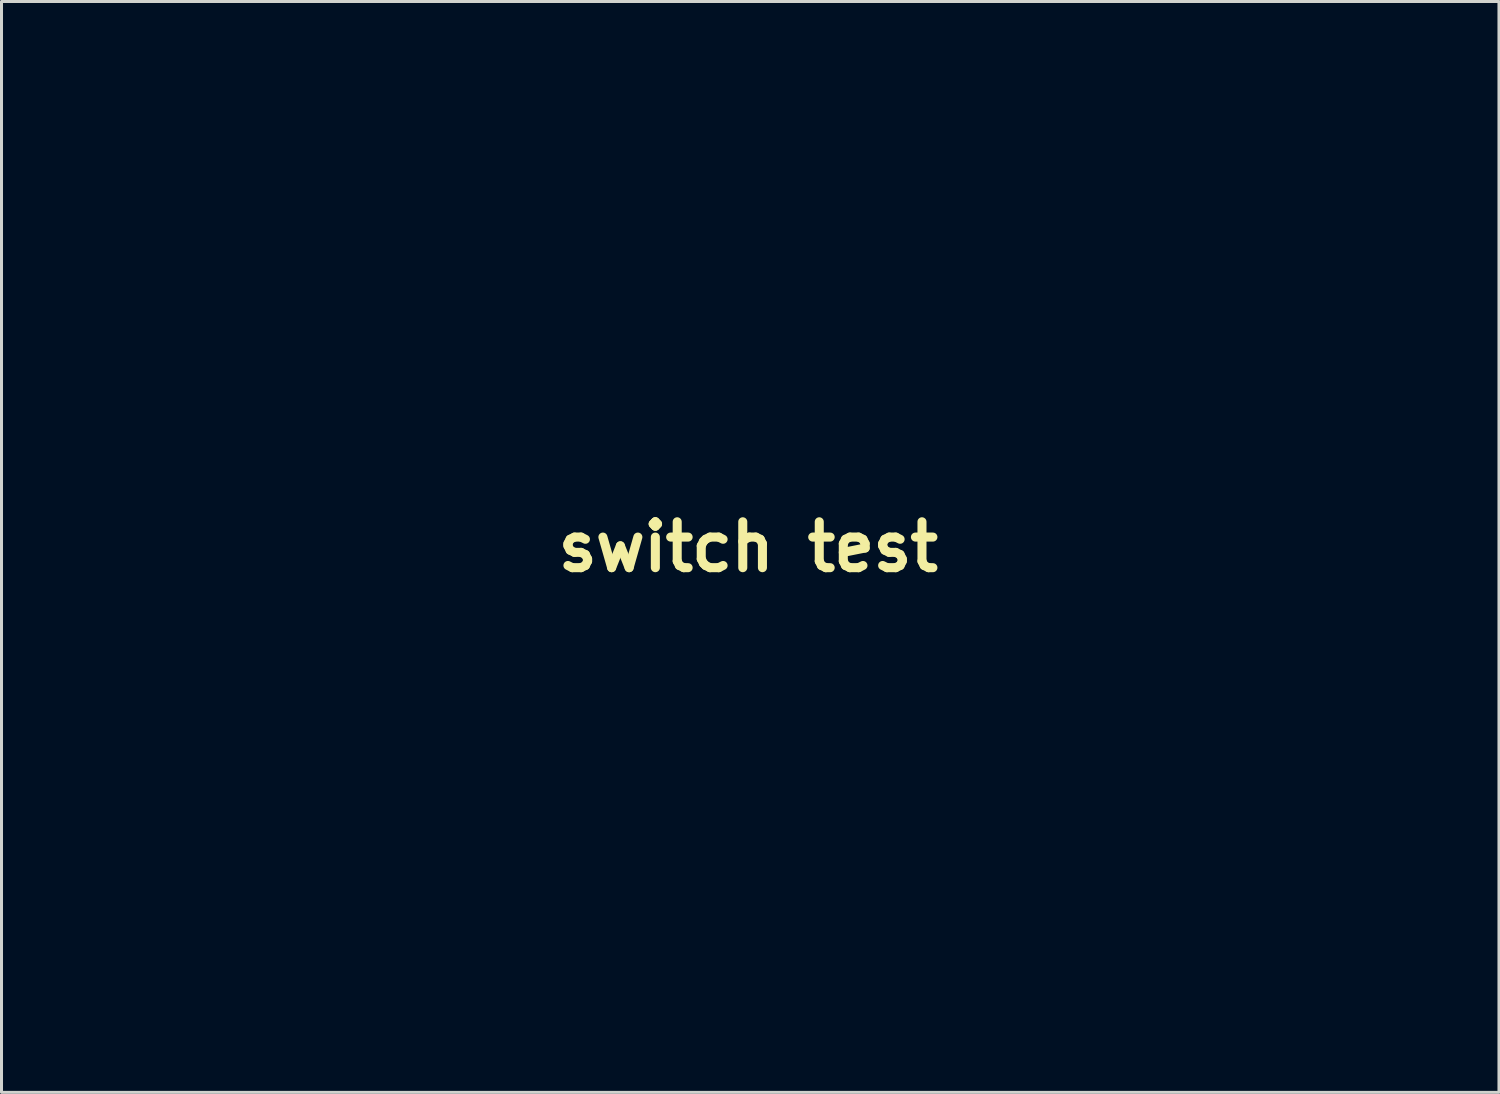
<source format=kicad_pcb>
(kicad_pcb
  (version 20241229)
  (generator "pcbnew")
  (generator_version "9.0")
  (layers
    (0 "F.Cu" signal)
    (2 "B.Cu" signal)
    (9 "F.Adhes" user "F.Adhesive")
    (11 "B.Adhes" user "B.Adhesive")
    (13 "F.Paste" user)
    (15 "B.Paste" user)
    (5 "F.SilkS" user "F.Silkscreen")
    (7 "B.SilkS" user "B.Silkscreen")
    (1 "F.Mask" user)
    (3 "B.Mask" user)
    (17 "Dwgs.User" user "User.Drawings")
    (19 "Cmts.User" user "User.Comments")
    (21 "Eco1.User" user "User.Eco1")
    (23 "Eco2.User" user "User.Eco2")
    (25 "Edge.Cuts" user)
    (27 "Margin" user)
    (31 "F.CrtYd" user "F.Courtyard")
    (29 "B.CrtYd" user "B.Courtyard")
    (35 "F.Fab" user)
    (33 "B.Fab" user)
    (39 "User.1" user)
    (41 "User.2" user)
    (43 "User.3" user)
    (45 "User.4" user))
  (footprint "switch test"
    (layer "F.Cu")
    (at 21.796 15.111)
    (property "Reference" "switch test" (at 0 0 0) (layer "F.SilkS") (effects (font (size 1.524 1.524) (thickness 0.3))))
    (attr through_hole)
    (fp_poly (pts (xy 21.924 13.235) (xy 21.791 13.368) (xy 21.657 13.235) (xy 21.791 13.101) (xy 21.924 13.235)) (stroke (width 0.01) (type solid)) (fill no) (layer "Eco2.User"))
    (fp_poly (pts (xy 21.924 14.839) (xy 21.791 14.973) (xy 21.657 14.839) (xy 21.791 14.705) (xy 21.924 14.839)) (stroke (width 0.01) (type solid)) (fill no) (layer "Eco2.User"))
    (fp_poly (pts (xy -7.042 14.104) (xy -7.007 14.651) (xy -7.042 14.772) (xy -7.139 14.806) (xy -7.177 14.438) (xy -7.135 14.058) (xy -7.042 14.104)) (stroke (width 0.01) (type solid)) (fill no) (layer "Eco2.User"))
    (fp_poly (pts (xy 4.188 14.104) (xy 4.223 14.651) (xy 4.188 14.772) (xy 4.09 14.806) (xy 4.053 14.438) (xy 4.095 14.058) (xy 4.188 14.104)) (stroke (width 0.01) (type solid)) (fill no) (layer "Eco2.User"))
    (fp_poly (pts (xy 21.568 7.575) (xy 21.6 7.893) (xy 21.568 7.932) (xy 21.409 7.895) (xy 21.389 7.754) (xy 21.487 7.534) (xy 21.568 7.575)) (stroke (width 0.01) (type solid)) (fill no) (layer "Eco2.User"))
    (fp_poly (pts (xy 21.835 2.495) (xy 21.867 2.813) (xy 21.835 2.852) (xy 21.676 2.815) (xy 21.657 2.674) (xy 21.755 2.454) (xy 21.835 2.495)) (stroke (width 0.01) (type solid)) (fill no) (layer "Eco2.User"))
    (fp_poly (pts (xy 21.835 3.298) (xy 21.867 3.615) (xy 21.835 3.654) (xy 21.676 3.617) (xy 21.657 3.476) (xy 21.755 3.256) (xy 21.835 3.298)) (stroke (width 0.01) (type solid)) (fill no) (layer "Eco2.User"))
    (fp_poly (pts (xy 21.835 4.1) (xy 21.867 4.417) (xy 21.835 4.456) (xy 21.676 4.419) (xy 21.657 4.278) (xy 21.755 4.058) (xy 21.835 4.1)) (stroke (width 0.01) (type solid)) (fill no) (layer "Eco2.User"))
    (fp_poly (pts (xy -15.586 13.302) (xy -15.542 14.081) (xy -15.586 14.505) (xy -15.652 14.631) (xy -15.694 14.296) (xy -15.702 13.903) (xy -15.681 13.325) (xy -15.628 13.166) (xy -15.586 13.302)) (stroke (width 0.01) (type solid)) (fill no) (layer "Eco2.User"))
    (fp_poly (pts (xy -9.971 13.302) (xy -9.927 14.081) (xy -9.971 14.505) (xy -10.037 14.631) (xy -10.079 14.296) (xy -10.087 13.903) (xy -10.066 13.325) (xy -10.013 13.166) (xy -9.971 13.302)) (stroke (width 0.01) (type solid)) (fill no) (layer "Eco2.User"))
    (fp_poly (pts (xy -1.432 13.929) (xy -1.419 13.975) (xy -1.38 14.557) (xy -1.429 14.777) (xy -1.517 14.786) (xy -1.552 14.368) (xy -1.552 14.304) (xy -1.514 13.89) (xy -1.432 13.929)) (stroke (width 0.01) (type solid)) (fill no) (layer "Eco2.User"))
    (fp_poly (pts (xy -1.42 -11.965) (xy -1.378 -11.287) (xy -1.42 -11.029) (xy -1.497 -10.946) (xy -1.54 -11.315) (xy -1.542 -11.497) (xy -1.514 -11.983) (xy -1.445 -12.041) (xy -1.42 -11.965)) (stroke (width 0.01) (type solid)) (fill no) (layer "Eco2.User"))
    (fp_poly (pts (xy -1.416 -14.505) (xy -1.371 -13.726) (xy -1.416 -13.302) (xy -1.482 -13.175) (xy -1.524 -13.511) (xy -1.531 -13.903) (xy -1.511 -14.481) (xy -1.457 -14.64) (xy -1.416 -14.505)) (stroke (width 0.01) (type solid)) (fill no) (layer "Eco2.User"))
    (fp_poly (pts (xy -1.415 -3.272) (xy -1.372 -2.575) (xy -1.421 -2.203) (xy -1.493 -2.14) (xy -1.533 -2.524) (xy -1.537 -2.807) (xy -1.51 -3.325) (xy -1.45 -3.404) (xy -1.415 -3.272)) (stroke (width 0.01) (type solid)) (fill no) (layer "Eco2.User"))
    (fp_poly (pts (xy -19.092 10.229) (xy -19.056 10.232) (xy -18.803 10.282) (xy -19.032 10.319) (xy -19.691 10.339) (xy -19.919 10.34) (xy -20.699 10.328) (xy -21.086 10.295) (xy -21.014 10.247) (xy -20.928 10.234) (xy -20.043 10.19) (xy -19.092 10.229)) (stroke (width 0.01) (type solid)) (fill no) (layer "Eco2.User"))
    (fp_poly (pts (xy -21.213 2.916) (xy -21.14 3.539) (xy -21.122 4.144) (xy -21.155 4.95) (xy -21.24 5.484) (xy -21.323 5.615) (xy -21.432 5.373) (xy -21.505 4.749) (xy -21.523 4.144) (xy -21.49 3.339) (xy -21.405 2.805) (xy -21.323 2.674) (xy -21.213 2.916)) (stroke (width 0.01) (type solid)) (fill no) (layer "Eco2.User"))
    (fp_poly (pts (xy 18.224 5.857) (xy 18.297 6.48) (xy 18.315 7.085) (xy 18.282 7.891) (xy 18.197 8.425) (xy 18.114 8.556) (xy 18.004 8.314) (xy 17.932 7.69) (xy 17.914 7.085) (xy 17.947 6.28) (xy 18.032 5.746) (xy 18.114 5.615) (xy 18.224 5.857)) (stroke (width 0.01) (type solid)) (fill no) (layer "Eco2.User"))
    (fp_poly (pts (xy -1.412 -8.844) (xy -1.407 -8.756) (xy -1.368 -7.532) (xy -1.382 -6.208) (xy -1.407 -5.682) (xy -1.443 -5.331) (xy -1.473 -5.469) (xy -1.494 -6.053) (xy -1.503 -7.036) (xy -1.503 -7.219) (xy -1.496 -8.259) (xy -1.477 -8.907) (xy -1.448 -9.117) (xy -1.412 -8.844)) (stroke (width 0.01) (type solid)) (fill no) (layer "Eco2.User"))
    (fp_poly (pts (xy -17.459 12.277) (xy -17.382 12.791) (xy -17.379 12.929) (xy -17.292 13.588) (xy -17.079 13.975) (xy -17.045 13.993) (xy -17.032 14.09) (xy -17.449 14.144) (xy -17.513 14.145) (xy -18.012 14.112) (xy -18.008 13.972) (xy -17.944 13.928) (xy -17.69 13.475) (xy -17.708 12.989) (xy -17.731 12.421) (xy -17.61 12.143) (xy -17.459 12.277)) (stroke (width 0.01) (type solid)) (fill no) (layer "Eco2.User"))
    (fp_poly (pts (xy 15.138 11.049) (xy 15.389 11.403) (xy 15.23 12.004) (xy 15.152 12.133) (xy 14.875 12.609) (xy 14.916 12.822) (xy 15.179 12.918) (xy 15.317 13.011) (xy 14.957 13.068) (xy 14.906 13.07) (xy 14.373 13.022) (xy 14.171 12.875) (xy 14.349 12.545) (xy 14.705 12.165) (xy 15.164 11.64) (xy 15.137 11.323) (xy 14.638 11.198) (xy 14.259 11.158) (xy 14.391 11.078) (xy 14.533 11.04) (xy 15.138 11.049)) (stroke (width 0.01) (type solid)) (fill no) (layer "Eco2.User"))
    (fp_poly (pts (xy 20.672 6.318) (xy 20.752 6.577) (xy 20.727 7.316) (xy 20.33 7.85) (xy 19.775 8.021) (xy 19.308 8.182) (xy 19.178 8.355) (xy 19.094 8.378) (xy 19.055 7.969) (xy 19.055 7.959) (xy 19.114 7.512) (xy 19.803 7.512) (xy 19.975 7.747) (xy 20.061 7.754) (xy 20.385 7.54) (xy 20.495 7.341) (xy 20.542 6.881) (xy 20.342 6.717) (xy 20.042 6.959) (xy 19.803 7.512) (xy 19.114 7.512) (xy 19.119 7.477) (xy 19.271 7.365) (xy 19.548 7.271) (xy 19.781 6.959) (xy 19.935 6.542) (xy 19.735 6.418) (xy 19.683 6.417) (xy 19.248 6.58) (xy 19.159 6.691) (xy 19.073 6.756) (xy 19.087 6.639) (xy 19.367 6.337) (xy 19.87 6.12) (xy 20.412 6.052) (xy 20.672 6.318)) (stroke (width 0.01) (type solid)) (fill no) (layer "Eco2.User"))
    (fp_poly (pts (xy -9.893 10.695) (xy -15.775 10.695) (xy -15.775 10.071) (xy -14.703 10.071) (xy -14.548 10.154) (xy -14.425 10.16) (xy -13.485 10.16) (xy -12.677 10.16) (xy -11.59 10.16) (xy -10.875 10.16) (xy -10.343 10.066) (xy -10.167 9.683) (xy -10.16 9.492) (xy -10.19 8.988) (xy -10.247 8.823) (xy -10.469 8.997) (xy -10.896 9.422) (xy -10.962 9.492) (xy -11.59 10.16) (xy -12.677 10.16) (xy -11.88 9.96) (xy -11.054 9.318) (xy -10.994 9.257) (xy -10.39 8.495) (xy -10.196 7.832) (xy -10.206 7.64) (xy -10.266 7.314) (xy -10.394 7.206) (xy -10.667 7.36) (xy -11.164 7.816) (xy -11.89 8.544) (xy -13.485 10.16) (xy -14.425 10.16) (xy -13.905 10) (xy -13.186 9.494) (xy -12.215 8.604) (xy -11.934 8.325) (xy -11.001 7.337) (xy -10.441 6.619) (xy -10.21 6.109) (xy -10.203 5.909) (xy -10.288 5.716) (xy -10.492 5.731) (xy -10.873 5.996) (xy -11.489 6.554) (xy -12.399 7.448) (xy -12.694 7.744) (xy -13.672 8.739) (xy -14.305 9.42) (xy -14.635 9.845) (xy -14.703 10.071) (xy -15.775 10.071) (xy -15.775 9.348) (xy -15.507 9.348) (xy -15.465 9.57) (xy -15.302 9.593) (xy -14.965 9.377) (xy -14.4 8.881) (xy -13.553 8.065) (xy -12.834 7.353) (xy -11.66 6.153) (xy -10.853 5.25) (xy -10.37 4.593) (xy -10.171 4.129) (xy -10.16 4.021) (xy -10.202 3.798) (xy -10.365 3.776) (xy -10.702 3.992) (xy -11.267 4.488) (xy -12.115 5.303) (xy -12.834 6.016) (xy -14.007 7.215) (xy -14.815 8.118) (xy -15.297 8.776) (xy -15.497 9.239) (xy -15.507 9.348) (xy -15.775 9.348) (xy -15.775 7.476) (xy -15.507 7.476) (xy -15.465 7.698) (xy -15.302 7.721) (xy -14.965 7.505) (xy -14.4 7.009) (xy -13.553 6.193) (xy -12.834 5.481) (xy -11.66 4.282) (xy -10.853 3.379) (xy -10.37 2.721) (xy -10.171 2.258) (xy -10.16 2.149) (xy -10.202 1.927) (xy -10.365 1.904) (xy -10.702 2.12) (xy -11.267 2.616) (xy -12.115 3.432) (xy -12.834 4.144) (xy -14.007 5.344) (xy -14.815 6.246) (xy -15.297 6.904) (xy -15.497 7.367) (xy -15.507 7.476) (xy -15.775 7.476) (xy -15.775 5.54) (xy -15.507 5.54) (xy -15.435 6.014) (xy -15.313 6.149) (xy -15.055 5.972) (xy -14.508 5.491) (xy -13.756 4.784) (xy -13.04 4.084) (xy -12.199 3.23) (xy -11.522 2.508) (xy -11.085 2.004) (xy -10.962 1.811) (xy -11.189 1.649) (xy -11.556 1.604) (xy -12.068 1.8) (xy -12.784 2.312) (xy -13.592 3.027) (xy -14.378 3.832) (xy -15.029 4.614) (xy -15.432 5.261) (xy -15.507 5.54) (xy -15.775 5.54) (xy -15.775 3.954) (xy -15.507 3.954) (xy -15.487 4.3) (xy -15.37 4.396) (xy -15.075 4.204) (xy -14.522 3.687) (xy -14.171 3.342) (xy -13.507 2.661) (xy -13.029 2.116) (xy -12.834 1.821) (xy -12.834 1.815) (xy -13.062 1.654) (xy -13.478 1.604) (xy -14.135 1.834) (xy -14.788 2.41) (xy -15.295 3.164) (xy -15.507 3.927) (xy -15.507 3.954) (xy -15.775 3.954) (xy -15.775 2.139) (xy -15.507 2.139) (xy -15.469 2.574) (xy -15.415 2.674) (xy -15.189 2.499) (xy -14.839 2.139) (xy -14.52 1.752) (xy -14.589 1.619) (xy -14.931 1.604) (xy -15.405 1.772) (xy -15.507 2.139) (xy -15.775 2.139) (xy -15.775 1.337) (xy -9.893 1.337) (xy -9.893 10.695)) (stroke (width 0.01) (type solid)) (fill no) (layer "Eco2.User"))
    (fp_poly (pts (xy 8.78 -1.805) (xy 8.877 -1.16) (xy 9.061 -0.818) (xy 9.114 -0.802) (xy 9.282 -0.559) (xy 9.242 0.159) (xy 9.224 0.267) (xy 9.044 1.337) (xy 12.846 1.337) (xy 12.773 5.949) (xy 12.7 10.561) (xy 10.885 10.64) (xy 9.071 10.72) (xy 9.244 11.643) (xy 9.298 12.313) (xy 9.145 12.566) (xy 9.135 12.566) (xy 8.951 12.806) (xy 8.801 13.416) (xy 8.752 13.836) (xy 8.652 15.106) (xy 8.604 13.836) (xy 8.531 13.096) (xy 8.398 12.638) (xy 8.317 12.566) (xy 8.209 12.338) (xy 8.261 11.761) (xy 8.288 11.631) (xy 8.399 11.01) (xy 8.281 10.751) (xy 7.842 10.695) (xy 7.726 10.695) (xy 7.156 10.608) (xy 6.951 10.271) (xy 6.942 10.16) (xy 10.318 10.16) (xy 11.504 10.114) (xy 12.133 10.065) (xy 12.395 9.994) (xy 12.35 9.954) (xy 12.15 9.755) (xy 12.308 9.48) (xy 12.517 8.933) (xy 12.52 8.554) (xy 12.435 8.272) (xy 12.246 8.269) (xy 11.86 8.589) (xy 11.376 9.074) (xy 10.318 10.16) (xy 6.942 10.16) (xy 6.937 10.093) (xy 6.936 9.983) (xy 7.238 9.983) (xy 7.409 10.148) (xy 7.548 10.16) (xy 7.854 9.981) (xy 7.879 9.96) (xy 8.804 9.96) (xy 8.836 10.119) (xy 9.086 10.16) (xy 9.106 10.16) (xy 9.733 9.952) (xy 10.577 9.315) (xy 11.195 8.724) (xy 12.021 7.814) (xy 12.447 7.148) (xy 12.523 6.709) (xy 12.438 6.495) (xy 12.238 6.502) (xy 11.858 6.772) (xy 11.233 7.35) (xy 10.434 8.144) (xy 9.561 9.036) (xy 9.032 9.621) (xy 8.804 9.96) (xy 7.879 9.96) (xy 8.449 9.492) (xy 9.249 8.766) (xy 10.169 7.878) (xy 10.222 7.826) (xy 11.324 6.691) (xy 12.054 5.843) (xy 12.455 5.228) (xy 12.566 4.823) (xy 12.524 4.601) (xy 12.362 4.577) (xy 12.025 4.793) (xy 11.461 5.288) (xy 10.615 6.102) (xy 9.893 6.818) (xy 8.682 8.052) (xy 7.851 8.969) (xy 7.378 9.601) (xy 7.238 9.983) (xy 6.936 9.983) (xy 6.933 9.642) (xy 6.93 8.781) (xy 6.93 8.412) (xy 7.219 8.412) (xy 7.237 8.715) (xy 7.33 8.844) (xy 7.558 8.759) (xy 7.978 8.418) (xy 8.651 7.782) (xy 9.635 6.812) (xy 9.768 6.679) (xy 10.728 5.692) (xy 11.548 4.786) (xy 12.149 4.053) (xy 12.456 3.582) (xy 12.474 3.53) (xy 12.531 2.986) (xy 12.456 2.742) (xy 12.214 2.855) (xy 11.674 3.287) (xy 10.908 3.973) (xy 9.992 4.85) (xy 9.75 5.088) (xy 8.681 6.174) (xy 7.951 6.975) (xy 7.502 7.569) (xy 7.278 8.029) (xy 7.219 8.412) (xy 6.93 8.412) (xy 6.929 7.631) (xy 6.929 6.539) (xy 7.219 6.539) (xy 7.237 6.837) (xy 7.331 6.965) (xy 7.557 6.881) (xy 7.973 6.546) (xy 8.637 5.92) (xy 9.607 4.964) (xy 9.879 4.693) (xy 10.826 3.726) (xy 11.604 2.884) (xy 12.15 2.243) (xy 12.398 1.874) (xy 12.403 1.824) (xy 12.088 1.61) (xy 11.585 1.741) (xy 10.853 2.239) (xy 9.854 3.128) (xy 9.297 3.67) (xy 8.333 4.658) (xy 7.708 5.382) (xy 7.361 5.929) (xy 7.227 6.387) (xy 7.219 6.539) (xy 6.929 6.539) (xy 6.929 6.318) (xy 6.93 4.965) (xy 6.931 4.795) (xy 7.219 4.795) (xy 7.253 5.067) (xy 7.4 5.117) (xy 7.726 4.906) (xy 8.296 4.39) (xy 9.101 3.602) (xy 9.949 2.748) (xy 10.449 2.191) (xy 10.647 1.865) (xy 10.588 1.702) (xy 10.404 1.648) (xy 9.859 1.788) (xy 9.154 2.255) (xy 8.413 2.925) (xy 7.762 3.674) (xy 7.328 4.379) (xy 7.219 4.795) (xy 6.931 4.795) (xy 6.933 3.695) (xy 6.935 2.893) (xy 7.219 2.893) (xy 7.219 3.581) (xy 8.173 2.659) (xy 8.717 2.112) (xy 8.904 1.823) (xy 8.772 1.694) (xy 8.559 1.651) (xy 7.818 1.761) (xy 7.34 2.283) (xy 7.219 2.893) (xy 6.935 2.893) (xy 6.936 2.632) (xy 6.941 1.899) (xy 6.944 1.671) (xy 7.183 1.429) (xy 7.726 1.337) (xy 8.234 1.299) (xy 8.398 1.081) (xy 8.316 0.524) (xy 8.293 0.422) (xy 8.211 -0.25) (xy 8.281 -0.687) (xy 8.302 -0.715) (xy 8.477 -1.111) (xy 8.617 -1.785) (xy 8.628 -1.872) (xy 8.738 -2.807) (xy 8.78 -1.805)) (stroke (width 0.01) (type solid)) (fill no) (layer "Eco2.User"))
    (fp_poly (pts (xy 13.322 -13.982) (xy 13.368 -12.857) (xy 15.296 -12.779) (xy 16.304 -12.722) (xy 16.901 -12.627) (xy 17.209 -12.455) (xy 17.351 -12.163) (xy 17.368 -12.098) (xy 17.475 -11.85) (xy 17.654 -11.89) (xy 17.966 -12.277) (xy 18.47 -13.065) (xy 18.574 -13.235) (xy 19.107 -14.064) (xy 19.552 -14.679) (xy 19.826 -14.965) (xy 19.852 -14.973) (xy 19.81 -14.77) (xy 19.517 -14.226) (xy 19.028 -13.438) (xy 18.724 -12.979) (xy 17.379 -10.986) (xy 17.379 -1.604) (xy 15.775 -1.604) (xy 14.837 -1.579) (xy 14.346 -1.453) (xy 14.218 -1.151) (xy 14.365 -0.597) (xy 14.428 -0.428) (xy 14.543 0.203) (xy 14.405 0.421) (xy 14.26 0.8) (xy 14.25 1.634) (xy 14.301 2.236) (xy 14.436 3.41) (xy 14.582 4.155) (xy 14.804 4.577) (xy 15.168 4.779) (xy 15.742 4.864) (xy 15.989 4.884) (xy 17.245 4.984) (xy 15.863 5.032) (xy 15.048 5.04) (xy 14.616 4.945) (xy 14.418 4.679) (xy 14.336 4.345) (xy 14.225 3.663) (xy 14.094 2.708) (xy 14.017 2.072) (xy 13.886 1.247) (xy 13.726 0.689) (xy 13.605 0.535) (xy 13.457 0.297) (xy 13.374 -0.295) (xy 13.368 -0.535) (xy 13.333 -1.223) (xy 13.162 -1.528) (xy 12.755 -1.604) (xy 12.669 -1.604) (xy 11.921 -1.847) (xy 11.745 -1.985) (xy 13.416 -1.985) (xy 13.547 -1.902) (xy 13.893 -1.887) (xy 14.313 -2.022) (xy 15.288 -2.022) (xy 15.489 -1.895) (xy 15.975 -1.921) (xy 16.486 -2.062) (xy 16.719 -2.44) (xy 16.79 -2.941) (xy 16.87 -3.877) (xy 16.055 -3.022) (xy 15.475 -2.375) (xy 15.288 -2.022) (xy 14.313 -2.022) (xy 14.577 -2.106) (xy 15.456 -2.768) (xy 15.698 -2.997) (xy 16.508 -3.937) (xy 16.829 -4.688) (xy 16.835 -4.801) (xy 16.825 -5.481) (xy 16.233 -4.724) (xy 15.309 -3.63) (xy 14.432 -2.747) (xy 13.759 -2.222) (xy 13.416 -1.985) (xy 11.745 -1.985) (xy 11.14 -2.46) (xy 11.916 -2.46) (xy 11.918 -2.273) (xy 12.183 -2.126) (xy 12.72 -2.035) (xy 12.95 -2.085) (xy 12.948 -2.272) (xy 12.682 -2.419) (xy 12.146 -2.51) (xy 11.916 -2.46) (xy 11.14 -2.46) (xy 11.02 -2.555) (xy 10.931 -2.642) (xy 10.369 -3.237) (xy 10.058 -3.732) (xy 9.924 -4.324) (xy 9.893 -5.214) (xy 9.893 -5.434) (xy 9.893 -7.188) (xy 8.756 -7.27) (xy 7.62 -7.353) (xy 7.62 -7.574) (xy 8.291 -7.574) (xy 8.448 -7.492) (xy 8.568 -7.486) (xy 8.611 -7.499) (xy 10.056 -7.499) (xy 10.056 -7.438) (xy 10.142 -7.072) (xy 10.228 -6.338) (xy 10.288 -5.508) (xy 10.458 -4.286) (xy 10.791 -3.349) (xy 11.244 -2.791) (xy 11.598 -2.674) (xy 11.649 -2.839) (xy 11.456 -3.142) (xy 11.05 -3.753) (xy 10.766 -4.315) (xy 10.698 -4.903) (xy 11.097 -4.903) (xy 11.371 -3.994) (xy 12.044 -3.173) (xy 12.906 -2.803) (xy 13.844 -2.897) (xy 14.743 -3.465) (xy 14.906 -3.634) (xy 15.422 -4.517) (xy 15.404 -5.409) (xy 15.295 -5.586) (xy 15.705 -5.586) (xy 15.842 -5.228) (xy 16.073 -5.28) (xy 16.343 -5.512) (xy 16.739 -6.131) (xy 16.844 -6.639) (xy 16.844 -7.312) (xy 16.206 -6.712) (xy 15.737 -6.054) (xy 15.705 -5.586) (xy 15.295 -5.586) (xy 14.852 -6.305) (xy 14.726 -6.437) (xy 13.831 -7.068) (xy 12.932 -7.164) (xy 12.016 -6.729) (xy 11.964 -6.688) (xy 11.276 -5.863) (xy 11.097 -4.903) (xy 10.698 -4.903) (xy 10.665 -5.181) (xy 10.995 -6.082) (xy 11.681 -6.877) (xy 12.299 -7.277) (xy 12.863 -7.645) (xy 13.659 -7.645) (xy 13.778 -7.481) (xy 13.833 -7.458) (xy 14.332 -7.363) (xy 14.629 -7.608) (xy 14.839 -8.289) (xy 14.841 -8.298) (xy 15.076 -8.867) (xy 15.381 -9.03) (xy 15.807 -9.164) (xy 16.163 -9.492) (xy 16.45 -9.829) (xy 16.522 -9.74) (xy 16.455 -9.249) (xy 16.183 -8.528) (xy 15.685 -7.802) (xy 15.622 -7.734) (xy 15.209 -7.191) (xy 15.072 -6.771) (xy 15.093 -6.706) (xy 15.389 -6.444) (xy 15.783 -6.585) (xy 16.253 -7.025) (xy 16.582 -7.477) (xy 16.744 -8.045) (xy 16.78 -8.906) (xy 16.77 -9.293) (xy 16.716 -10.953) (xy 15.039 -9.291) (xy 14.243 -8.48) (xy 13.799 -7.955) (xy 13.659 -7.645) (xy 12.863 -7.645) (xy 12.903 -7.672) (xy 13.732 -8.342) (xy 14.647 -9.172) (xy 15.063 -9.58) (xy 15.96 -10.521) (xy 16.508 -11.2) (xy 16.764 -11.698) (xy 16.792 -12.062) (xy 16.722 -12.265) (xy 16.561 -12.306) (xy 16.254 -12.143) (xy 15.748 -11.737) (xy 14.987 -11.048) (xy 13.919 -10.036) (xy 13.493 -9.628) (xy 12.551 -8.73) (xy 11.872 -8.096) (xy 11.485 -7.753) (xy 11.421 -7.727) (xy 11.697 -8.032) (xy 12.558 -9.037) (xy 13.024 -9.82) (xy 13.101 -10.16) (xy 13.066 -10.442) (xy 13.024 -10.454) (xy 13.368 -10.454) (xy 13.394 -10.13) (xy 13.525 -10.056) (xy 13.84 -10.271) (xy 14.421 -10.815) (xy 14.719 -11.106) (xy 15.404 -11.797) (xy 15.74 -12.208) (xy 15.771 -12.42) (xy 15.542 -12.514) (xy 15.492 -12.522) (xy 14.859 -12.386) (xy 14.188 -11.909) (xy 13.639 -11.247) (xy 13.374 -10.554) (xy 13.368 -10.454) (xy 13.024 -10.454) (xy 12.914 -10.486) (xy 12.574 -10.25) (xy 11.973 -9.692) (xy 11.509 -9.237) (xy 10.799 -8.494) (xy 10.287 -7.881) (xy 10.056 -7.499) (xy 8.611 -7.499) (xy 9.069 -7.639) (xy 9.765 -8.123) (xy 10.711 -8.978) (xy 11.169 -9.431) (xy 12.145 -10.479) (xy 12.803 -11.327) (xy 13.118 -11.934) (xy 13.08 -12.165) (xy 13.368 -12.165) (xy 13.423 -11.809) (xy 13.469 -11.764) (xy 13.7 -11.941) (xy 13.903 -12.165) (xy 14.09 -12.482) (xy 13.844 -12.566) (xy 13.802 -12.566) (xy 13.427 -12.366) (xy 13.368 -12.165) (xy 13.08 -12.165) (xy 13.065 -12.257) (xy 12.895 -12.299) (xy 12.639 -12.12) (xy 12.087 -11.63) (xy 11.318 -10.902) (xy 10.409 -10.008) (xy 10.294 -9.893) (xy 9.317 -8.9) (xy 8.685 -8.221) (xy 8.357 -7.798) (xy 8.291 -7.574) (xy 7.62 -7.574) (xy 7.62 -8.916) (xy 8.021 -8.916) (xy 8.08 -8.433) (xy 8.183 -8.288) (xy 8.431 -8.463) (xy 8.971 -8.935) (xy 9.716 -9.625) (xy 10.322 -10.205) (xy 11.146 -11.024) (xy 11.801 -11.714) (xy 12.207 -12.188) (xy 12.299 -12.344) (xy 12.074 -12.523) (xy 11.744 -12.566) (xy 11.226 -12.372) (xy 10.511 -11.867) (xy 9.717 -11.167) (xy 8.962 -10.388) (xy 8.365 -9.647) (xy 8.046 -9.06) (xy 8.021 -8.916) (xy 7.62 -8.916) (xy 7.62 -10.62) (xy 8.021 -10.62) (xy 8.021 -9.781) (xy 9.224 -10.962) (xy 9.851 -11.608) (xy 10.286 -12.116) (xy 10.427 -12.355) (xy 10.226 -12.559) (xy 9.732 -12.518) (xy 9.11 -12.266) (xy 8.726 -12.012) (xy 8.15 -11.308) (xy 8.021 -10.62) (xy 7.62 -10.62) (xy 7.62 -12.149) (xy 8.021 -12.149) (xy 8.151 -11.873) (xy 8.288 -11.898) (xy 8.546 -12.24) (xy 8.556 -12.315) (xy 8.352 -12.559) (xy 8.288 -12.566) (xy 8.054 -12.349) (xy 8.021 -12.149) (xy 7.62 -12.149) (xy 7.62 -12.7) (xy 10.346 -12.776) (xy 13.071 -12.852) (xy 13.173 -13.979) (xy 13.275 -15.106) (xy 13.322 -13.982)) (stroke (width 0.01) (type solid)) (fill no) (layer "Eco2.User"))
    (fp_poly (pts (xy -1.391 0.334) (xy -1.337 2.406) (xy -0.418 2.406) (xy 0.189 2.374) (xy 0.409 2.17) (xy 0.375 1.634) (xy 0.349 1.471) (xy 0.314 0.776) (xy 0.498 0.535) (xy 0.5 0.535) (xy 0.704 0.298) (xy 0.832 -0.288) (xy 0.845 -0.468) (xy 0.888 -1.471) (xy 1 -0.537) (xy 1.139 0.128) (xy 1.33 0.526) (xy 1.355 0.546) (xy 1.463 0.897) (xy 1.352 1.551) (xy 1.107 2.406) (xy 4.278 2.406) (xy 4.278 11.764) (xy 1.107 11.764) (xy 1.35 12.612) (xy 1.457 13.304) (xy 1.36 13.749) (xy 1.102 14.242) (xy 0.996 14.572) (xy 0.894 14.916) (xy 0.848 14.754) (xy 0.833 14.505) (xy 0.695 14.035) (xy 0.501 13.903) (xy 0.32 13.664) (xy 0.354 12.942) (xy 0.37 12.834) (xy 0.541 11.764) (xy -0.38 11.764) (xy -1.02 11.824) (xy -1.313 12.091) (xy -1.413 12.499) (xy -1.524 13.235) (xy -1.564 12.509) (xy -1.604 11.782) (xy -4.478 11.706) (xy -7.353 11.631) (xy -7.353 11.157) (xy -6.952 11.157) (xy -6.794 11.49) (xy -6.324 11.393) (xy -6.17 11.289) (xy -5.347 11.289) (xy -5.119 11.448) (xy -4.716 11.497) (xy -4.329 11.354) (xy -3.629 11.354) (xy -3.554 11.476) (xy -3.195 11.497) (xy -3.148 11.497) (xy -2.448 11.342) (xy -2.413 11.32) (xy -1.318 11.32) (xy -1.147 11.484) (xy -1.008 11.497) (xy -0.702 11.317) (xy -0.677 11.297) (xy 0.248 11.297) (xy 0.28 11.456) (xy 0.53 11.497) (xy 0.551 11.497) (xy 1.177 11.289) (xy 1.185 11.284) (xy 1.872 11.284) (xy 2.08 11.479) (xy 2.572 11.473) (xy 3.146 11.294) (xy 3.248 11.229) (xy 3.609 11.229) (xy 3.631 11.476) (xy 3.727 11.497) (xy 4 11.303) (xy 4.011 11.229) (xy 3.919 10.969) (xy 3.893 10.962) (xy 3.664 11.149) (xy 3.609 11.229) (xy 3.248 11.229) (xy 3.522 11.054) (xy 3.88 10.468) (xy 4.011 9.797) (xy 4.011 8.982) (xy 2.941 10.026) (xy 2.354 10.635) (xy 1.965 11.105) (xy 1.872 11.284) (xy 1.185 11.284) (xy 2.021 10.652) (xy 2.639 10.061) (xy 3.465 9.151) (xy 3.892 8.484) (xy 3.967 8.046) (xy 3.882 7.832) (xy 3.682 7.838) (xy 3.302 8.108) (xy 2.677 8.687) (xy 1.878 9.481) (xy 1.006 10.373) (xy 0.476 10.958) (xy 0.248 11.297) (xy -0.677 11.297) (xy -0.107 10.828) (xy 0.693 10.103) (xy 1.613 9.215) (xy 1.666 9.163) (xy 2.768 8.028) (xy 3.499 7.18) (xy 3.899 6.565) (xy 4.011 6.16) (xy 3.968 5.938) (xy 3.806 5.914) (xy 3.47 6.13) (xy 2.905 6.625) (xy 2.059 7.439) (xy 1.337 8.155) (xy 0.126 9.389) (xy -0.705 10.306) (xy -1.178 10.938) (xy -1.318 11.32) (xy -2.413 11.32) (xy -2.024 11.077) (xy -1.79 10.672) (xy -1.625 10.109) (xy -1.586 9.749) (xy -1.337 9.749) (xy -1.318 10.046) (xy -1.224 10.172) (xy -0.998 10.087) (xy -0.581 9.752) (xy 0.084 9.126) (xy 1.053 8.17) (xy 1.337 7.887) (xy 2.437 6.772) (xy 3.199 5.945) (xy 3.677 5.334) (xy 3.929 4.867) (xy 4.01 4.47) (xy 4.011 4.422) (xy 3.992 4.125) (xy 3.898 3.999) (xy 3.671 4.083) (xy 3.254 4.418) (xy 2.59 5.044) (xy 1.621 6.001) (xy 1.337 6.283) (xy 0.237 7.398) (xy -0.525 8.225) (xy -1.004 8.836) (xy -1.255 9.304) (xy -1.336 9.701) (xy -1.337 9.749) (xy -1.586 9.749) (xy -1.57 9.6) (xy -1.669 9.359) (xy -1.684 9.358) (xy -1.897 9.532) (xy -2.366 9.983) (xy -2.807 10.427) (xy -3.39 11.035) (xy -3.629 11.354) (xy -4.329 11.354) (xy -4.085 11.263) (xy -3.243 10.578) (xy -2.844 10.171) (xy -2.191 9.375) (xy -1.75 8.645) (xy -1.565 8.079) (xy -1.641 7.876) (xy -1.337 7.876) (xy -1.318 8.174) (xy -1.225 8.3) (xy -0.999 8.217) (xy -0.583 7.883) (xy 0.08 7.258) (xy 1.048 6.303) (xy 1.337 6.016) (xy 2.298 5.045) (xy 3.106 4.202) (xy 3.692 3.561) (xy 3.988 3.196) (xy 4.011 3.147) (xy 3.784 2.985) (xy 3.415 2.941) (xy 2.897 3.15) (xy 2.083 3.76) (xy 1.001 4.751) (xy 0.741 5.007) (xy -0.223 5.995) (xy -0.848 6.719) (xy -1.195 7.266) (xy -1.329 7.724) (xy -1.337 7.876) (xy -1.641 7.876) (xy -1.677 7.778) (xy -1.798 7.754) (xy -2.072 7.932) (xy -2.603 8.397) (xy -3.283 9.041) (xy -4.004 9.758) (xy -4.659 10.441) (xy -5.142 10.984) (xy -5.346 11.28) (xy -5.347 11.289) (xy -6.17 11.289) (xy -5.545 10.868) (xy -4.46 9.919) (xy -3.714 9.195) (xy -2.651 8.103) (xy -1.959 7.305) (xy -1.599 6.751) (xy -1.533 6.392) (xy -1.534 6.388) (xy -1.703 5.997) (xy -1.337 5.997) (xy -1.323 6.35) (xy -1.235 6.498) (xy -1.003 6.4) (xy -0.559 6.018) (xy 0.167 5.313) (xy 0.546 4.939) (xy 1.394 4.091) (xy 1.902 3.544) (xy 2.112 3.227) (xy 2.067 3.069) (xy 1.81 2.999) (xy 1.714 2.987) (xy 1.025 3.133) (xy 0.242 3.63) (xy -0.502 4.346) (xy -1.071 5.148) (xy -1.332 5.904) (xy -1.337 5.997) (xy -1.703 5.997) (xy -1.715 5.971) (xy -1.831 5.882) (xy -2.108 6.066) (xy -2.658 6.557) (xy -3.395 7.267) (xy -4.233 8.109) (xy -5.086 8.992) (xy -5.868 9.829) (xy -6.493 10.53) (xy -6.874 11.009) (xy -6.952 11.157) (xy -7.353 11.157) (xy -7.353 9.886) (xy -6.952 9.886) (xy -6.905 10.07) (xy -6.733 10.072) (xy -6.394 9.854) (xy -5.84 9.38) (xy -5.028 8.613) (xy -3.913 7.516) (xy -3.212 6.816) (xy -1.914 5.506) (xy -0.969 4.522) (xy -0.34 3.82) (xy 0.007 3.359) (xy 0.107 3.097) (xy -0.003 2.99) (xy -0.019 2.987) (xy -0.746 3.103) (xy -1.238 3.617) (xy -1.358 4.11) (xy -1.421 4.43) (xy -1.524 4.315) (xy -1.759 4.316) (xy -2.262 4.649) (xy -2.957 5.238) (xy -3.768 6.004) (xy -4.621 6.871) (xy -5.44 7.76) (xy -6.148 8.594) (xy -6.672 9.296) (xy -6.935 9.789) (xy -6.952 9.886) (xy -7.353 9.886) (xy -7.353 8.01) (xy -6.952 8.01) (xy -6.91 8.233) (xy -6.747 8.257) (xy -6.411 8.041) (xy -5.848 7.547) (xy -5.002 6.733) (xy -4.278 6.016) (xy -3.317 5.045) (xy -2.509 4.202) (xy -1.923 3.561) (xy -1.627 3.196) (xy -1.604 3.147) (xy -1.77 2.9) (xy -2.246 3.046) (xy -3.003 3.565) (xy -4.01 4.437) (xy -4.74 5.141) (xy -5.813 6.25) (xy -6.511 7.077) (xy -6.874 7.676) (xy -6.952 8.01) (xy -7.353 8.01) (xy -7.353 6.132) (xy -6.952 6.132) (xy -6.917 6.403) (xy -6.77 6.454) (xy -6.445 6.243) (xy -5.875 5.727) (xy -5.069 4.939) (xy -4.222 4.085) (xy -3.722 3.528) (xy -3.523 3.201) (xy -3.583 3.039) (xy -3.767 2.985) (xy -4.311 3.124) (xy -5.017 3.591) (xy -5.758 4.262) (xy -6.408 5.011) (xy -6.843 5.715) (xy -6.952 6.132) (xy -7.353 6.132) (xy -7.353 4.711) (xy -6.931 4.711) (xy -6.899 5.061) (xy -6.883 5.08) (xy -6.663 4.905) (xy -6.19 4.453) (xy -5.736 3.996) (xy -4.679 2.913) (xy -5.766 2.976) (xy -6.46 3.048) (xy -6.782 3.255) (xy -6.892 3.75) (xy -6.913 4.06) (xy -6.931 4.711) (xy -7.353 4.711) (xy -7.353 2.54) (xy -4.49 2.464) (xy -1.626 2.388) (xy -1.535 0.325) (xy -1.444 -1.738) (xy -1.391 0.334)) (stroke (width 0.01) (type solid)) (fill no) (layer "Eco2.User"))
    (fp_poly (pts (xy -16.089 -13.97) (xy -16.042 -12.834) (xy -12.088 -12.834) (xy -12.296 -13.756) (xy -12.409 -14.497) (xy -12.272 -14.861) (xy -11.823 -14.97) (xy -11.696 -14.973) (xy -11.376 -14.905) (xy -11.278 -14.608) (xy -11.358 -13.937) (xy -11.359 -13.927) (xy -11.434 -13.229) (xy -11.321 -12.895) (xy -11.075 -12.79) (xy -10.836 -12.665) (xy -10.699 -12.332) (xy -10.641 -11.68) (xy -10.636 -10.695) (xy -10.653 -9.278) (xy -10.676 -8.311) (xy -10.715 -7.707) (xy -10.782 -7.38) (xy -10.889 -7.246) (xy -11.047 -7.219) (xy -11.099 -7.219) (xy -11.347 -7.11) (xy -11.4 -6.7) (xy -11.332 -6.149) (xy -11.276 -5.374) (xy -11.433 -5.083) (xy -11.463 -5.08) (xy -11.666 -4.844) (xy -11.792 -4.257) (xy -11.804 -4.077) (xy -11.836 -3.485) (xy -11.875 -3.402) (xy -11.939 -3.801) (xy -11.949 -3.877) (xy -12.08 -4.595) (xy -12.219 -5.08) (xy -12.342 -5.419) (xy -12.354 -5.73) (xy -12.249 -6.251) (xy -12.194 -6.484) (xy -12.143 -7.04) (xy -12.371 -7.218) (xy -12.397 -7.219) (xy -12.617 -7.06) (xy -12.767 -6.534) (xy -12.866 -5.563) (xy -12.881 -5.317) (xy -12.957 -4.298) (xy -13.09 -3.636) (xy -13.349 -3.153) (xy -13.804 -2.67) (xy -13.977 -2.51) (xy -14.659 -1.979) (xy -15.276 -1.653) (xy -15.503 -1.604) (xy -15.671 -1.587) (xy -15.8 -1.493) (xy -15.894 -1.261) (xy -15.961 -0.827) (xy -16.003 -0.131) (xy -16.028 0.892) (xy -16.039 2.302) (xy -16.042 4.163) (xy -16.042 4.938) (xy -16.042 11.481) (xy -12.633 11.564) (xy -9.224 11.648) (xy -16.017 11.764) (xy -16.112 13.435) (xy -16.206 15.106) (xy -16.258 13.445) (xy -16.309 11.783) (xy -21.791 11.61) (xy -19.045 11.553) (xy -16.3 11.497) (xy -16.372 5.013) (xy -16.443 -1.471) (xy -18.382 -1.549) (xy -20.32 -1.628) (xy -20.32 -2.005) (xy -19.652 -2.005) (xy -19.603 -2.048) (xy -19.138 -1.883) (xy -18.461 -1.907) (xy -17.858 -2.095) (xy -17.802 -2.139) (xy -17.513 -2.139) (xy -17.418 -1.941) (xy -16.994 -1.872) (xy -16.484 -1.961) (xy -16.309 -2.139) (xy -16.445 -2.273) (xy -16.042 -2.273) (xy -15.908 -2.139) (xy -15.775 -2.273) (xy -15.799 -2.297) (xy -15.389 -2.297) (xy -15.345 -2.158) (xy -15.197 -2.145) (xy -14.751 -2.333) (xy -14.199 -2.807) (xy -14.061 -2.962) (xy -13.62 -3.559) (xy -13.386 -4.022) (xy -13.374 -4.098) (xy -13.512 -4.139) (xy -13.839 -3.815) (xy -13.872 -3.773) (xy -14.479 -3.105) (xy -15.002 -2.642) (xy -15.389 -2.297) (xy -15.799 -2.297) (xy -15.908 -2.406) (xy -16.042 -2.273) (xy -16.445 -2.273) (xy -16.533 -2.358) (xy -16.828 -2.406) (xy -17.34 -2.284) (xy -17.513 -2.139) (xy -17.802 -2.139) (xy -17.676 -2.237) (xy -17.532 -2.626) (xy -17.785 -2.945) (xy -18.135 -3.116) (xy -18.535 -2.961) (xy -18.924 -2.646) (xy -19.603 -2.048) (xy -19.607 -2.05) (xy -19.61 -2.053) (xy -19.652 -2.005) (xy -20.32 -2.005) (xy -20.32 -2.61) (xy -19.79 -2.61) (xy -19.633 -2.078) (xy -19.61 -2.053) (xy -19.016 -2.727) (xy -18.584 -3.407) (xy -18.554 -3.9) (xy -18.718 -4.193) (xy -18.966 -4.119) (xy -19.256 -3.872) (xy -19.649 -3.289) (xy -19.79 -2.61) (xy -20.32 -2.61) (xy -20.32 -4.596) (xy -19.785 -4.596) (xy -19.757 -4.137) (xy -19.583 -4.129) (xy -19.251 -4.412) (xy -18.893 -4.946) (xy -18.448 -4.946) (xy -18.256 -4.297) (xy -17.778 -3.59) (xy -17.166 -2.996) (xy -16.571 -2.687) (xy -16.45 -2.674) (xy -15.911 -2.792) (xy -15.259 -3.065) (xy -14.582 -3.554) (xy -14.25 -4.225) (xy -14.171 -5.114) (xy -14.217 -5.288) (xy -13.632 -5.288) (xy -13.632 -5.265) (xy -13.594 -4.734) (xy -13.467 -4.684) (xy -13.368 -4.813) (xy -13.155 -5.402) (xy -13.105 -5.831) (xy -13.195 -6.244) (xy -13.368 -6.283) (xy -13.554 -5.925) (xy -13.632 -5.288) (xy -14.217 -5.288) (xy -14.399 -5.959) (xy -14.977 -6.692) (xy -15.453 -6.973) (xy -14.328 -6.973) (xy -14.288 -6.711) (xy -14.198 -6.584) (xy -13.815 -6.299) (xy -13.467 -6.446) (xy -13.147 -6.901) (xy -13.101 -7.118) (xy -12.899 -7.451) (xy -12.75 -7.486) (xy -12.241 -7.704) (xy -12.222 -7.721) (xy -11.764 -7.721) (xy -11.547 -7.513) (xy -11.363 -7.486) (xy -11.037 -7.712) (xy -10.962 -8.054) (xy -11.021 -8.44) (xy -11.27 -8.362) (xy -11.363 -8.288) (xy -11.699 -7.902) (xy -11.764 -7.721) (xy -12.222 -7.721) (xy -11.68 -8.234) (xy -11.218 -8.894) (xy -11.003 -9.5) (xy -11.007 -9.627) (xy -11.084 -9.878) (xy -11.265 -9.912) (xy -11.626 -9.686) (xy -12.243 -9.159) (xy -12.83 -8.623) (xy -13.658 -7.842) (xy -14.138 -7.321) (xy -14.328 -6.973) (xy -15.453 -6.973) (xy -15.748 -7.147) (xy -16.184 -7.219) (xy -16.937 -6.991) (xy -17.677 -6.42) (xy -18.237 -5.673) (xy -18.448 -4.946) (xy -18.893 -4.946) (xy -18.84 -5.026) (xy -18.716 -5.564) (xy -18.744 -6.023) (xy -18.918 -6.031) (xy -19.251 -5.748) (xy -19.662 -5.134) (xy -19.785 -4.596) (xy -20.32 -4.596) (xy -20.32 -6.317) (xy -19.785 -6.317) (xy -19.758 -5.79) (xy -19.606 -5.723) (xy -19.296 -5.975) (xy -18.878 -6.263) (xy -18.67 -6.282) (xy -18.425 -6.363) (xy -18.025 -6.748) (xy -18.023 -6.749) (xy -17.513 -7.353) (xy -18.181 -6.829) (xy -18.237 -6.825) (xy -17.963 -7.151) (xy -17.752 -7.38) (xy -17.327 -7.38) (xy -17.167 -7.336) (xy -16.978 -7.368) (xy -16.368 -7.674) (xy -16.352 -7.687) (xy -15.475 -7.687) (xy -15.465 -7.456) (xy -15.455 -7.448) (xy -15.125 -7.288) (xy -14.795 -7.298) (xy -14.376 -7.532) (xy -13.778 -8.041) (xy -12.913 -8.878) (xy -12.774 -9.017) (xy -11.746 -10.108) (xy -11.147 -10.92) (xy -10.962 -11.452) (xy -11.005 -11.679) (xy -11.175 -11.706) (xy -11.532 -11.491) (xy -12.137 -10.997) (xy -13.049 -10.183) (xy -13.383 -9.879) (xy -14.463 -8.865) (xy -15.151 -8.145) (xy -15.475 -7.687) (xy -16.352 -7.687) (xy -15.456 -8.376) (xy -14.271 -9.45) (xy -13.636 -10.069) (xy -12.626 -11.08) (xy -11.965 -11.774) (xy -11.613 -12.203) (xy -11.532 -12.42) (xy -11.684 -12.476) (xy -11.889 -12.452) (xy -12.452 -12.204) (xy -13.261 -11.601) (xy -14.348 -10.618) (xy -15.231 -9.751) (xy -16.239 -8.728) (xy -16.9 -8.026) (xy -17.25 -7.593) (xy -17.327 -7.38) (xy -17.752 -7.38) (xy -17.404 -7.756) (xy -16.607 -8.591) (xy -15.975 -9.24) (xy -14.983 -10.265) (xy -14.138 -11.161) (xy -13.507 -11.855) (xy -13.154 -12.279) (xy -13.101 -12.37) (xy -13.325 -12.531) (xy -13.626 -12.566) (xy -14.199 -12.377) (xy -14.885 -11.905) (xy -15.523 -11.296) (xy -15.952 -10.696) (xy -16.042 -10.384) (xy -16.155 -10.028) (xy -16.336 -10.043) (xy -16.65 -9.952) (xy -17.226 -9.546) (xy -17.962 -8.901) (xy -18.208 -8.663) (xy -19.057 -7.772) (xy -19.552 -7.105) (xy -19.764 -6.56) (xy -19.785 -6.317) (xy -20.32 -6.317) (xy -20.32 -8.171) (xy -19.785 -8.171) (xy -19.772 -7.807) (xy -19.684 -7.658) (xy -19.449 -7.764) (xy -18.995 -8.162) (xy -18.249 -8.891) (xy -18.047 -9.091) (xy -17.067 -10.138) (xy -16.481 -10.94) (xy -16.309 -11.422) (xy -16.375 -11.856) (xy -16.042 -11.856) (xy -16.015 -11.367) (xy -15.841 -11.348) (xy -15.507 -11.631) (xy -15.109 -12.066) (xy -14.973 -12.34) (xy -15.197 -12.524) (xy -15.507 -12.566) (xy -15.918 -12.42) (xy -16.042 -11.902) (xy -16.042 -11.856) (xy -16.375 -11.856) (xy -16.381 -11.896) (xy -16.502 -12.032) (xy -16.769 -11.856) (xy -17.308 -11.389) (xy -18.018 -10.721) (xy -18.24 -10.503) (xy -19.074 -9.627) (xy -19.558 -8.971) (xy -19.764 -8.427) (xy -19.785 -8.171) (xy -20.32 -8.171) (xy -20.32 -9.914) (xy -19.785 -9.914) (xy -19.757 -9.606) (xy -19.62 -9.54) (xy -19.301 -9.757) (xy -18.721 -10.296) (xy -18.315 -10.695) (xy -17.616 -11.41) (xy -17.097 -11.989) (xy -16.852 -12.327) (xy -16.844 -12.357) (xy -17.065 -12.536) (xy -17.301 -12.566) (xy -17.848 -12.358) (xy -18.512 -11.832) (xy -19.151 -11.142) (xy -19.622 -10.438) (xy -19.785 -9.914) (xy -20.32 -9.914) (xy -20.32 -11.898) (xy -19.785 -11.898) (xy -19.755 -11.395) (xy -19.698 -11.229) (xy -19.477 -11.403) (xy -19.049 -11.828) (xy -18.983 -11.898) (xy -18.355 -12.566) (xy -19.07 -12.566) (xy -19.602 -12.472) (xy -19.778 -12.089) (xy -19.785 -11.898) (xy -20.32 -11.898) (xy -20.32 -12.834) (xy -16.34 -12.834) (xy -16.238 -13.97) (xy -16.136 -15.106) (xy -16.089 -13.97)) (stroke (width 0.01) (type solid)) (fill no) (layer "Eco2.User")))
  (gr_rect
    (start -3 -3)
    (end 46.725 33.223)
    (stroke (width 0.1) (type default))
    (fill no)
    (layer "Edge.Cuts")))
</source>
